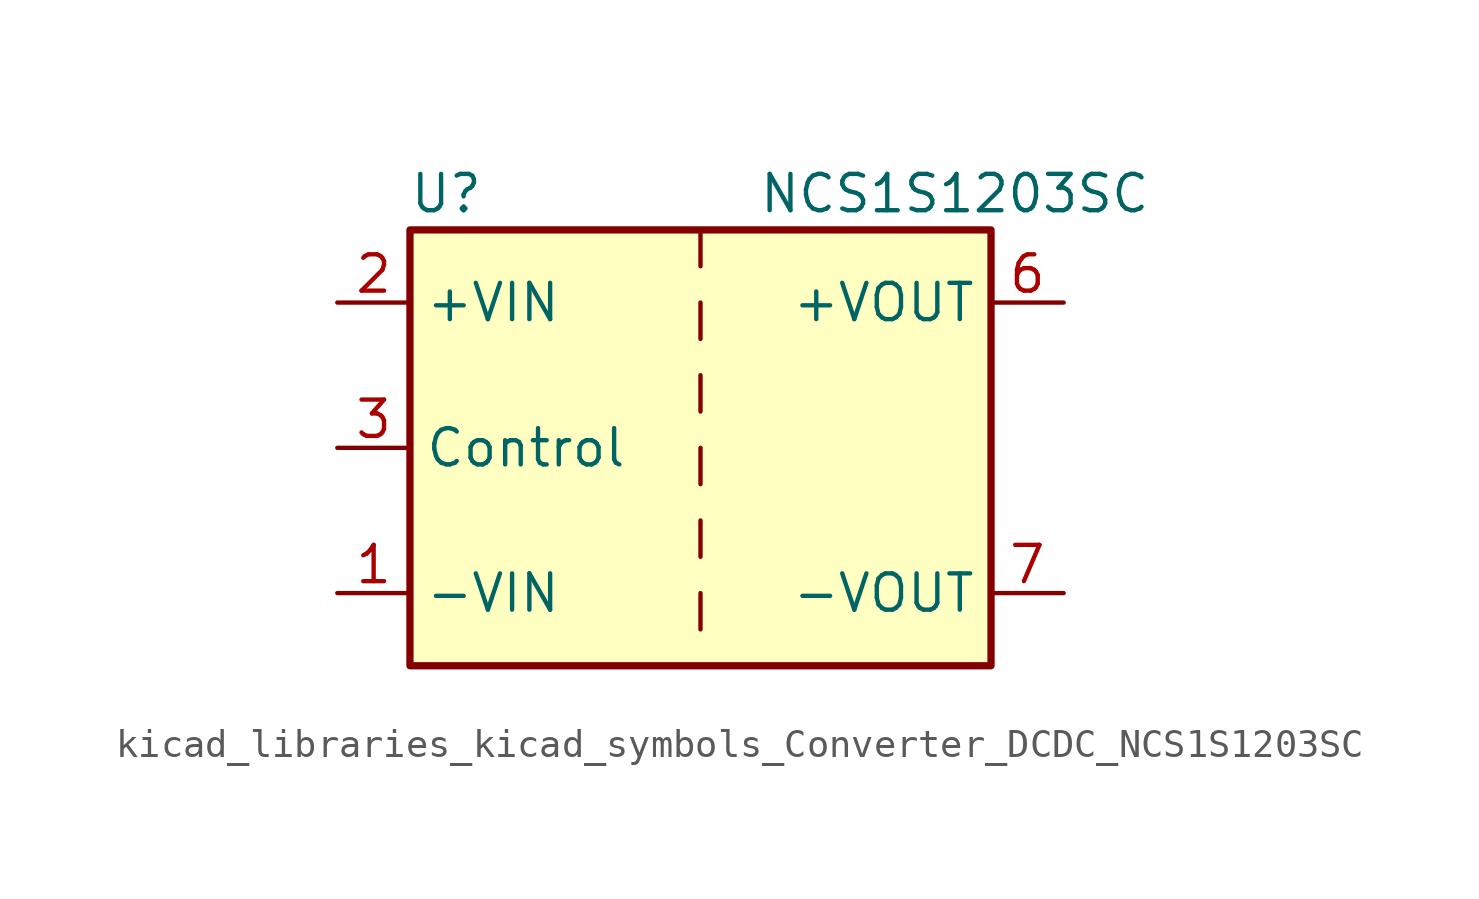
<source format=kicad_sym>
(kicad_symbol_lib
  (version 20220914)
  (generator kicad_symbol_editor)
  (symbol "kicad_libraries_kicad_symbols_Converter_DCDC_NCS1S1203SC"
    (property "Reference" "U"
      (at -8.89 8.89 0)
      (effects (font (size 1.27 1.27))))
    (property "Value" "NCS1S1203SC"
      (at 8.89 8.89 0)
      (effects (font (size 1.27 1.27))))
    (symbol "kicad_libraries_kicad_symbols_Converter_DCDC_NCS1S1203SC_0_1"
      (rectangle (start -10.16 7.62) (end 10.16 -7.62) (stroke (width 0.254) (type default)) (fill (type background)))
      (polyline (pts (xy 0 -5.08) (xy 0 -6.35)) (stroke (width 0) (type default)) (fill (type none)))
      (polyline (pts (xy 0 -2.54) (xy 0 -3.81)) (stroke (width 0) (type default)) (fill (type none)))
      (polyline (pts (xy 0 0) (xy 0 -1.27)) (stroke (width 0) (type default)) (fill (type none)))
      (polyline (pts (xy 0 2.54) (xy 0 1.27)) (stroke (width 0) (type default)) (fill (type none)))
      (polyline (pts (xy 0 5.08) (xy 0 3.81)) (stroke (width 0) (type default)) (fill (type none)))
      (polyline (pts (xy 0 7.62) (xy 0 6.35)) (stroke (width 0) (type default)) (fill (type none))))
    (symbol "kicad_libraries_kicad_symbols_Converter_DCDC_NCS1S1203SC_1_1"
      (pin power_in line (at -12.7 -5.08 0) (length 2.54) (name "-VIN" (effects (font (size 1.27 1.27)))) (number "1" (effects (font (size 1.27 1.27)))))
      (pin power_in line (at -12.7 5.08 0) (length 2.54) (name "+VIN" (effects (font (size 1.27 1.27)))) (number "2" (effects (font (size 1.27 1.27)))))
      (pin input line (at -12.7 0 0) (length 2.54) (name "Control" (effects (font (size 1.27 1.27)))) (number "3" (effects (font (size 1.27 1.27)))))
      (pin power_out line (at 12.7 5.08 180) (length 2.54) (name "+VOUT" (effects (font (size 1.27 1.27)))) (number "6" (effects (font (size 1.27 1.27)))))
      (pin power_out line (at 12.7 -5.08 180) (length 2.54) (name "-VOUT" (effects (font (size 1.27 1.27)))) (number "7" (effects (font (size 1.27 1.27))))))))
</source>
